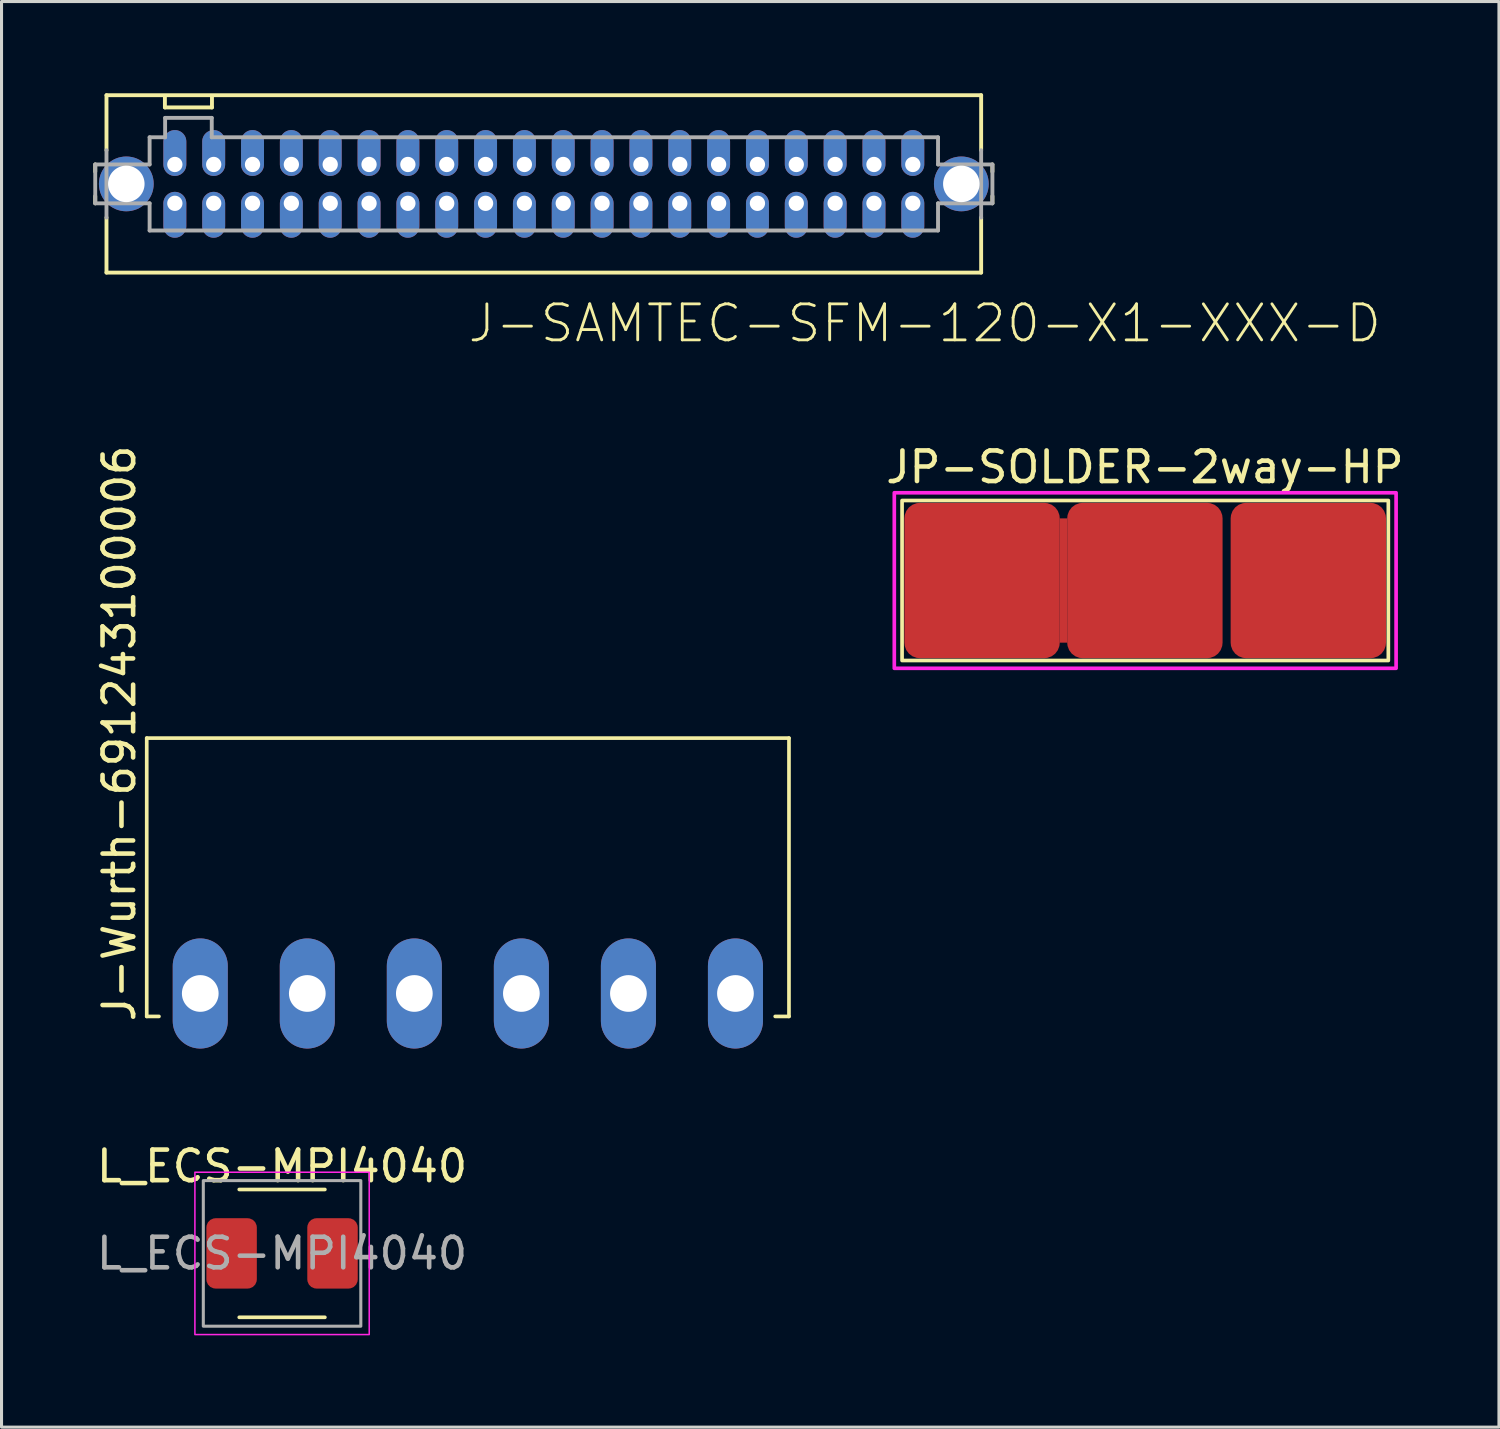
<source format=kicad_pcb>
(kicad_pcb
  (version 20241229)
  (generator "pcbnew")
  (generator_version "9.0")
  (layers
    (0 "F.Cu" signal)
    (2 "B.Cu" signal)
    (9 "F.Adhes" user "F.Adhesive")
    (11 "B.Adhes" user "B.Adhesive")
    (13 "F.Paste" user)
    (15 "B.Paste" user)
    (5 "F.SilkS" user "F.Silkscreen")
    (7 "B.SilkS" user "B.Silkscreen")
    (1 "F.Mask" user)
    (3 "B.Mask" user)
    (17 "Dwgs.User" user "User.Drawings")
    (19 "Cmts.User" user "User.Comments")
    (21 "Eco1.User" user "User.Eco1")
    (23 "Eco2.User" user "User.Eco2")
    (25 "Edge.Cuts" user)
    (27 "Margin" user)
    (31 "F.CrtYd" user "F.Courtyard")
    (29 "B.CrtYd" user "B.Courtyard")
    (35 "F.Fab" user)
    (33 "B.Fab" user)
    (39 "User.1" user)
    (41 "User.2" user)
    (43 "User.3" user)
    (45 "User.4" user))
  (footprint "J-SAMTEC-SFM-120-X1-XXX-D"
    (layer "F.Cu")
    (at 14.732 2.963)
    (property "Reference" "J-SAMTEC-SFM-120-X1-XXX-D" (at -2.54 4.56 0) (layer "F.SilkS") (effects (font (size 1.177 1.177) (thickness 0.093)) (justify left)))
    (fp_line (start -14.668 -0.635) (end -14.668 -0.4) (stroke (width 0.127) (type solid)) (layer "F.SilkS"))
    (fp_line (start -14.668 0.4) (end -14.668 0.635) (stroke (width 0.127) (type solid)) (layer "F.SilkS"))
    (fp_line (start -14.3 -2.9) (end 14.3 -2.9) (stroke (width 0.127) (type solid)) (layer "F.SilkS"))
    (fp_line (start -14.3 -1.1) (end -14.3 -2.9) (stroke (width 0.127) (type solid)) (layer "F.SilkS"))
    (fp_line (start -14.3 2.9) (end -14.3 1.1) (stroke (width 0.127) (type solid)) (layer "F.SilkS"))
    (fp_line (start -12.39 -2.5) (end -12.39 -2.867) (stroke (width 0.127) (type solid)) (layer "F.SilkS"))
    (fp_line (start -12.39 -2.5) (end -10.851 -2.5) (stroke (width 0.127) (type solid)) (layer "F.SilkS"))
    (fp_line (start -10.851 -2.867) (end -10.851 -2.5) (stroke (width 0.127) (type solid)) (layer "F.SilkS"))
    (fp_line (start 14.3 -1.1) (end 14.3 -2.9) (stroke (width 0.127) (type solid)) (layer "F.SilkS"))
    (fp_line (start 14.3 1.1) (end 14.3 2.9) (stroke (width 0.127) (type solid)) (layer "F.SilkS"))
    (fp_line (start 14.3 2.9) (end -14.3 2.9) (stroke (width 0.127) (type solid)) (layer "F.SilkS"))
    (fp_line (start 14.668 -0.635) (end 14.668 -0.4) (stroke (width 0.127) (type solid)) (layer "F.SilkS"))
    (fp_line (start 14.668 0.4) (end 14.668 0.635) (stroke (width 0.127) (type solid)) (layer "F.SilkS"))
    (fp_line (start -14.668 -0.635) (end -12.89 -0.635) (stroke (width 0.127) (type solid)) (layer "F.Fab"))
    (fp_line (start -14.668 0.635) (end -14.668 -0.635) (stroke (width 0.127) (type solid)) (layer "F.Fab"))
    (fp_line (start -14.3 -1.1) (end -14.3 1.1) (stroke (width 0.127) (type solid)) (layer "F.Fab"))
    (fp_line (start -12.89 -1.524) (end -12.383 -1.524) (stroke (width 0.127) (type solid)) (layer "F.Fab"))
    (fp_line (start -12.89 -0.635) (end -12.89 -1.524) (stroke (width 0.127) (type solid)) (layer "F.Fab"))
    (fp_line (start -12.89 0.635) (end -14.668 0.635) (stroke (width 0.127) (type solid)) (layer "F.Fab"))
    (fp_line (start -12.89 1.524) (end -12.89 0.635) (stroke (width 0.127) (type solid)) (layer "F.Fab"))
    (fp_line (start -12.383 -2.159) (end -10.858 -2.159) (stroke (width 0.127) (type solid)) (layer "F.Fab"))
    (fp_line (start -12.383 -1.524) (end -12.383 -2.159) (stroke (width 0.127) (type solid)) (layer "F.Fab"))
    (fp_line (start -10.858 -2.159) (end -10.858 -1.524) (stroke (width 0.127) (type solid)) (layer "F.Fab"))
    (fp_line (start -10.858 -1.524) (end 12.89 -1.524) (stroke (width 0.127) (type solid)) (layer "F.Fab"))
    (fp_line (start 12.89 -1.524) (end 12.89 -0.635) (stroke (width 0.127) (type solid)) (layer "F.Fab"))
    (fp_line (start 12.89 -0.635) (end 14.668 -0.635) (stroke (width 0.127) (type solid)) (layer "F.Fab"))
    (fp_line (start 12.89 0.635) (end 12.89 1.524) (stroke (width 0.127) (type solid)) (layer "F.Fab"))
    (fp_line (start 12.89 1.524) (end -12.89 1.524) (stroke (width 0.127) (type solid)) (layer "F.Fab"))
    (fp_line (start 14.3 -1.1) (end 14.3 1.1) (stroke (width 0.127) (type solid)) (layer "F.Fab"))
    (fp_line (start 14.668 -0.635) (end 14.668 0.635) (stroke (width 0.127) (type solid)) (layer "F.Fab"))
    (fp_line (start 14.668 0.635) (end 12.89 0.635) (stroke (width 0.127) (type solid)) (layer "F.Fab"))
    (pad "1" thru_hole oval (at 12.065 0.635 270) (size 1.5 0.75) (drill 0.5 (offset 0.375 0)) (layers "*.Cu" "*.Mask"))
    (pad "2" thru_hole oval (at 12.065 -0.635 90) (size 1.5 0.75) (drill 0.5 (offset 0.375 0)) (layers "*.Cu" "*.Mask"))
    (pad "3" thru_hole oval (at 10.795 0.635 270) (size 1.5 0.75) (drill 0.5 (offset 0.375 0)) (layers "*.Cu" "*.Mask"))
    (pad "4" thru_hole oval (at 10.795 -0.635 90) (size 1.5 0.75) (drill 0.5 (offset 0.375 0)) (layers "*.Cu" "*.Mask"))
    (pad "5" thru_hole oval (at 9.525 0.635 270) (size 1.5 0.75) (drill 0.5 (offset 0.375 0)) (layers "*.Cu" "*.Mask"))
    (pad "6" thru_hole oval (at 9.525 -0.635 90) (size 1.5 0.75) (drill 0.5 (offset 0.375 0)) (layers "*.Cu" "*.Mask"))
    (pad "7" thru_hole oval (at 8.255 0.635 270) (size 1.5 0.75) (drill 0.5 (offset 0.375 0)) (layers "*.Cu" "*.Mask"))
    (pad "8" thru_hole oval (at 8.255 -0.635 90) (size 1.5 0.75) (drill 0.5 (offset 0.375 0)) (layers "*.Cu" "*.Mask"))
    (pad "9" thru_hole oval (at 6.985 0.635 270) (size 1.5 0.75) (drill 0.5 (offset 0.375 0)) (layers "*.Cu" "*.Mask"))
    (pad "10" thru_hole oval (at 6.985 -0.635 90) (size 1.5 0.75) (drill 0.5 (offset 0.375 0)) (layers "*.Cu" "*.Mask"))
    (pad "11" thru_hole oval (at 5.715 0.635 270) (size 1.5 0.75) (drill 0.5 (offset 0.375 0)) (layers "*.Cu" "*.Mask"))
    (pad "12" thru_hole oval (at 5.715 -0.635 90) (size 1.5 0.75) (drill 0.5 (offset 0.375 0)) (layers "*.Cu" "*.Mask"))
    (pad "13" thru_hole oval (at 4.445 0.635 270) (size 1.5 0.75) (drill 0.5 (offset 0.375 0)) (layers "*.Cu" "*.Mask"))
    (pad "14" thru_hole oval (at 4.445 -0.635 90) (size 1.5 0.75) (drill 0.5 (offset 0.375 0)) (layers "*.Cu" "*.Mask"))
    (pad "15" thru_hole oval (at 3.175 0.635 270) (size 1.5 0.75) (drill 0.5 (offset 0.375 0)) (layers "*.Cu" "*.Mask"))
    (pad "16" thru_hole oval (at 3.175 -0.635 90) (size 1.5 0.75) (drill 0.5 (offset 0.375 0)) (layers "*.Cu" "*.Mask"))
    (pad "17" thru_hole oval (at 1.905 0.635 270) (size 1.5 0.75) (drill 0.5 (offset 0.375 0)) (layers "*.Cu" "*.Mask"))
    (pad "18" thru_hole oval (at 1.905 -0.635 90) (size 1.5 0.75) (drill 0.5 (offset 0.375 0)) (layers "*.Cu" "*.Mask"))
    (pad "19" thru_hole oval (at 0.635 0.635 270) (size 1.5 0.75) (drill 0.5 (offset 0.375 0)) (layers "*.Cu" "*.Mask"))
    (pad "20" thru_hole oval (at 0.635 -0.635 90) (size 1.5 0.75) (drill 0.5 (offset 0.375 0)) (layers "*.Cu" "*.Mask"))
    (pad "21" thru_hole oval (at -0.635 0.635 270) (size 1.5 0.75) (drill 0.5 (offset 0.375 0)) (layers "*.Cu" "*.Mask"))
    (pad "22" thru_hole oval (at -0.635 -0.635 90) (size 1.5 0.75) (drill 0.5 (offset 0.375 0)) (layers "*.Cu" "*.Mask"))
    (pad "23" thru_hole oval (at -1.905 0.635 270) (size 1.5 0.75) (drill 0.5 (offset 0.375 0)) (layers "*.Cu" "*.Mask"))
    (pad "24" thru_hole oval (at -1.905 -0.635 90) (size 1.5 0.75) (drill 0.5 (offset 0.375 0)) (layers "*.Cu" "*.Mask"))
    (pad "25" thru_hole oval (at -3.175 0.635 270) (size 1.5 0.75) (drill 0.5 (offset 0.375 0)) (layers "*.Cu" "*.Mask"))
    (pad "26" thru_hole oval (at -3.175 -0.635 90) (size 1.5 0.75) (drill 0.5 (offset 0.375 0)) (layers "*.Cu" "*.Mask"))
    (pad "27" thru_hole oval (at -4.445 0.635 270) (size 1.5 0.75) (drill 0.5 (offset 0.375 0)) (layers "*.Cu" "*.Mask"))
    (pad "28" thru_hole oval (at -4.445 -0.635 90) (size 1.5 0.75) (drill 0.5 (offset 0.375 0)) (layers "*.Cu" "*.Mask"))
    (pad "29" thru_hole oval (at -5.715 0.635 270) (size 1.5 0.75) (drill 0.5 (offset 0.375 0)) (layers "*.Cu" "*.Mask"))
    (pad "30" thru_hole oval (at -5.715 -0.635 90) (size 1.5 0.75) (drill 0.5 (offset 0.375 0)) (layers "*.Cu" "*.Mask"))
    (pad "31" thru_hole oval (at -6.985 0.635 270) (size 1.5 0.75) (drill 0.5 (offset 0.375 0)) (layers "*.Cu" "*.Mask"))
    (pad "32" thru_hole oval (at -6.985 -0.635 90) (size 1.5 0.75) (drill 0.5 (offset 0.375 0)) (layers "*.Cu" "*.Mask"))
    (pad "33" thru_hole oval (at -8.255 0.635 270) (size 1.5 0.75) (drill 0.5 (offset 0.375 0)) (layers "*.Cu" "*.Mask"))
    (pad "34" thru_hole oval (at -8.255 -0.635 90) (size 1.5 0.75) (drill 0.5 (offset 0.375 0)) (layers "*.Cu" "*.Mask"))
    (pad "35" thru_hole oval (at -9.525 0.635 270) (size 1.5 0.75) (drill 0.5 (offset 0.375 0)) (layers "*.Cu" "*.Mask"))
    (pad "36" thru_hole oval (at -9.525 -0.635 90) (size 1.5 0.75) (drill 0.5 (offset 0.375 0)) (layers "*.Cu" "*.Mask"))
    (pad "37" thru_hole oval (at -10.795 0.635 270) (size 1.5 0.75) (drill 0.5 (offset 0.375 0)) (layers "*.Cu" "*.Mask"))
    (pad "38" thru_hole oval (at -10.795 -0.635 90) (size 1.5 0.75) (drill 0.5 (offset 0.375 0)) (layers "*.Cu" "*.Mask"))
    (pad "39" thru_hole oval (at -12.065 0.635 270) (size 1.5 0.75) (drill 0.5 (offset 0.375 0)) (layers "*.Cu" "*.Mask"))
    (pad "40" thru_hole oval (at -12.065 -0.635 90) (size 1.5 0.75) (drill 0.5 (offset 0.375 0)) (layers "*.Cu" "*.Mask"))
    (pad "LC1" thru_hole circle (at 13.652 0) (size 1.791 1.791) (drill 1.194) (layers "*.Cu" "*.Mask"))
    (pad "LC2" thru_hole circle (at -13.652 0) (size 1.791 1.791) (drill 1.194) (layers "*.Cu" "*.Mask")))
  (footprint "JP-SOLDER-2way-HP"
    (layer "F.Cu")
    (at 34.396 15.932)
    (property "Reference" "JP-SOLDER-2way-HP" (at -0.01 -3.708 0) (unlocked yes) (layer "F.SilkS") (effects (font (size 1 1) (thickness 0.15))))
    (attr smd)
    (fp_rect (start -2.794 -2.032) (end -2.55 2.032) (stroke (width 0) (type solid)) (fill yes) (layer "F.Cu"))
    (fp_rect (start -5.969 -2.515) (end 5.563 2.515) (stroke (width 0) (type solid)) (fill yes) (layer "F.Mask"))
    (fp_rect (start -7.95 -2.616) (end 7.95 2.616) (stroke (width 0.12) (type solid)) (fill no) (layer "F.SilkS"))
    (fp_rect (start -8.204 -2.87) (end 8.204 2.87) (stroke (width 0.12) (type solid)) (fill no) (layer "F.CrtYd"))
    (pad "1" smd roundrect (at -5.334 0) (size 5.08 5.08) (layers "F.Cu" "F.Mask" "F.Paste") (roundrect_rratio 0.1))
    (pad "2" smd roundrect (at -0.01 0) (size 5.08 5.08) (layers "F.Cu" "F.Mask" "F.Paste") (roundrect_rratio 0.1))
    (pad "3" smd roundrect (at 5.334 0) (size 5.08 5.08) (layers "F.Cu" "F.Mask" "F.Paste") (roundrect_rratio 0.1)))
  (footprint "L_ECS-MPI4040"
    (layer "F.Cu")
    (at 6.173 37.934)
    (property "Reference" "L_ECS-MPI4040" (at 0 -2.85 0) (layer "F.SilkS") (effects (font (size 1 1) (thickness 0.15))))
    (attr smd)
    (fp_line (start -1.4 -2.09) (end 1.4 -2.09) (stroke (width 0.12) (type solid)) (layer "F.SilkS"))
    (fp_line (start -1.4 2.09) (end 1.4 2.09) (stroke (width 0.12) (type solid)) (layer "F.SilkS"))
    (fp_rect (start -2.85 -2.655) (end 2.85 2.655) (stroke (width 0.05) (type solid)) (fill no) (layer "F.CrtYd"))
    (fp_rect (start -2.575 -2.38) (end 2.575 2.38) (stroke (width 0.1) (type solid)) (fill no) (layer "F.Fab"))
    (fp_text user "${REFERENCE}" (at 0 0 0) (layer "F.Fab") (effects (font (size 1 1) (thickness 0.15))))
    (pad "1" smd roundrect (at -1.65 0) (size 1.65 2.3) (layers "F.Cu" "F.Mask" "F.Paste") (roundrect_rratio 0.182))
    (pad "2" smd roundrect (at 1.65 0) (size 1.65 2.3) (layers "F.Cu" "F.Mask" "F.Paste") (roundrect_rratio 0.182)))
  (footprint "J-Wurth-691243100006"
    (layer "F.Cu")
    (at 12.248 29.435)
    (property "Reference" "J-Wurth-691243100006" (at -11.4 1 90) (unlocked yes) (layer "F.SilkS") (effects (font (size 1 1) (thickness 0.15)) (justify left)))
    (attr through_hole)
    (fp_line (start -10.5 -8.35) (end -10.5 0.75) (stroke (width 0.12) (type solid)) (layer "F.SilkS"))
    (fp_line (start -10.5 0.75) (end -10.1 0.75) (stroke (width 0.12) (type solid)) (layer "F.SilkS"))
    (fp_line (start 10.05 0.75) (end 10.5 0.75) (stroke (width 0.12) (type solid)) (layer "F.SilkS"))
    (fp_line (start 10.5 -8.35) (end -10.5 -8.35) (stroke (width 0.12) (type solid)) (layer "F.SilkS"))
    (fp_line (start 10.5 0.75) (end 10.5 -8.35) (stroke (width 0.12) (type solid)) (layer "F.SilkS"))
    (pad "1" thru_hole oval (at -8.75 0) (size 1.8 3.6) (drill 1.2) (layers "*.Cu" "*.Mask"))
    (pad "2" thru_hole oval (at -5.25 0) (size 1.8 3.6) (drill 1.2) (layers "*.Cu" "*.Mask"))
    (pad "3" thru_hole oval (at -1.75 0) (size 1.8 3.6) (drill 1.2) (layers "*.Cu" "*.Mask"))
    (pad "4" thru_hole oval (at 1.75 0) (size 1.8 3.6) (drill 1.2) (layers "*.Cu" "*.Mask"))
    (pad "5" thru_hole oval (at 5.25 0) (size 1.8 3.6) (drill 1.2) (layers "*.Cu" "*.Mask"))
    (pad "6" thru_hole oval (at 8.75 0) (size 1.8 3.6) (drill 1.2) (layers "*.Cu" "*.Mask")))
  (gr_rect
    (start -3 -3)
    (end 45.963 43.614)
    (stroke (width 0.1) (type default))
    (fill no)
    (layer "Edge.Cuts")))
</source>
